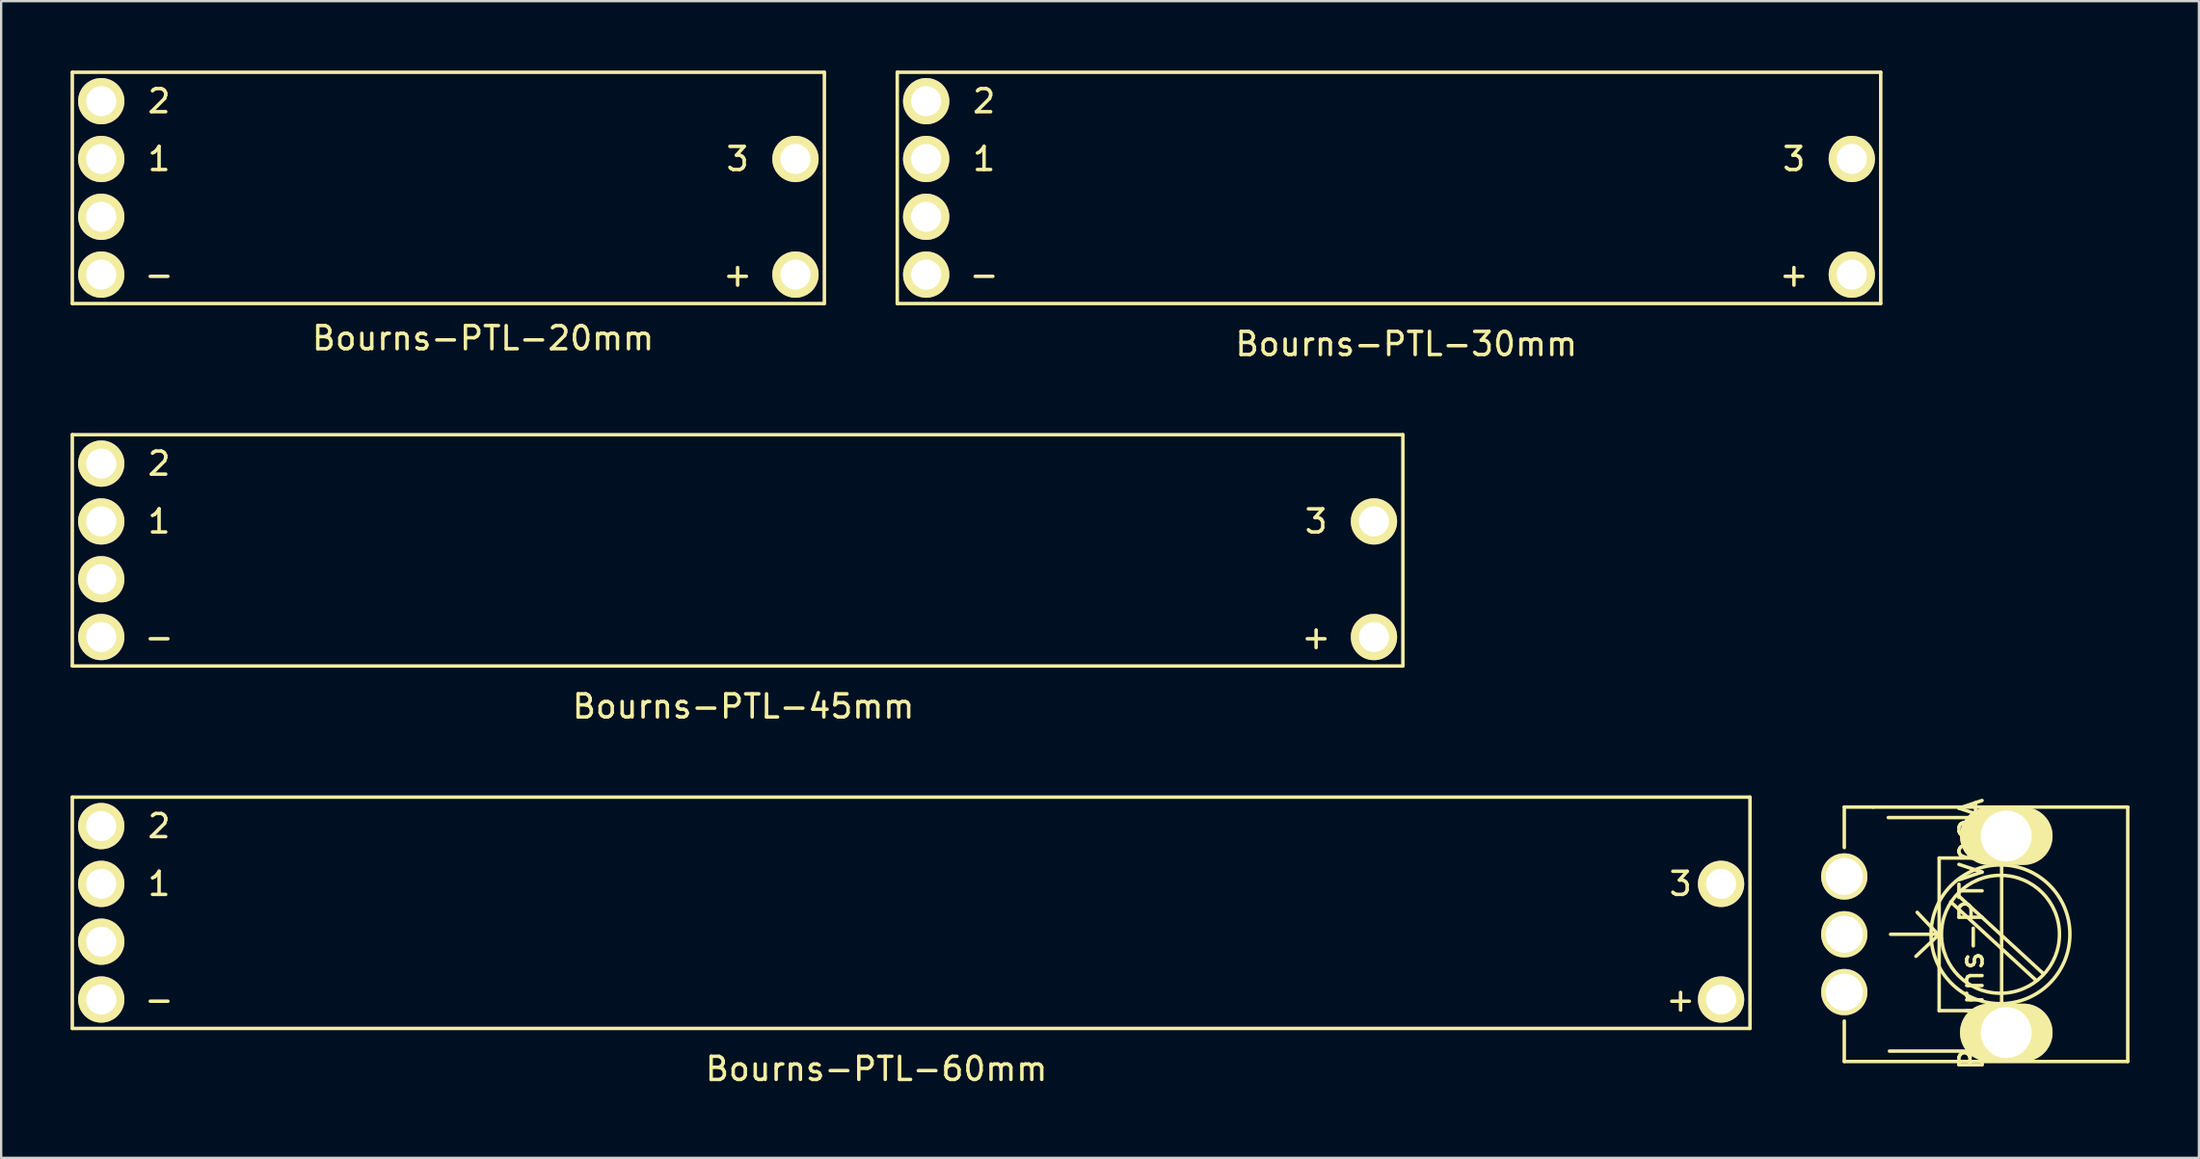
<source format=kicad_pcb>
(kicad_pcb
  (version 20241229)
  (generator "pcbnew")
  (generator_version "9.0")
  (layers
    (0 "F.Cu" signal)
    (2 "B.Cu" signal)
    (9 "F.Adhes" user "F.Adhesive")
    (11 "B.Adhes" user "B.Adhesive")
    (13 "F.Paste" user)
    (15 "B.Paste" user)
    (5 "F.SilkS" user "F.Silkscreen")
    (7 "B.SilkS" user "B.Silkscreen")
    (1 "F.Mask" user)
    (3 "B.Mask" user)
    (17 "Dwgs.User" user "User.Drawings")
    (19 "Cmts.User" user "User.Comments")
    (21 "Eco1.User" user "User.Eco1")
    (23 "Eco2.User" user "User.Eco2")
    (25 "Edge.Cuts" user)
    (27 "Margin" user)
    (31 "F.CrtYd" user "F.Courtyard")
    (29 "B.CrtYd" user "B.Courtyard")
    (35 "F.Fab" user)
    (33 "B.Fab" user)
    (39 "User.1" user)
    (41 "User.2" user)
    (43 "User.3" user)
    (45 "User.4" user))
  (footprint "Bourns-PTV09A"
    (layer "F.Cu")
    (at 76.65 34.852)
    (property "Reference" "Bourns-PTV09A" (at 5.5 2.5 90) (layer "F.SilkS") (effects (font (size 1 1) (thickness 0.15))))
    (attr through_hole)
    (fp_line (start 0 -3) (end 1.25 -3) (stroke (width 0.15) (type solid)) (layer "F.SilkS"))
    (fp_line (start 0 -1.25) (end 0 -3) (stroke (width 0.15) (type solid)) (layer "F.SilkS"))
    (fp_line (start 0 6.25) (end 0 8) (stroke (width 0.15) (type solid)) (layer "F.SilkS"))
    (fp_line (start 0 8) (end 6 8) (stroke (width 0.15) (type solid)) (layer "F.SilkS"))
    (fp_line (start 1.25 -3) (end 6 -3) (stroke (width 0.15) (type solid)) (layer "F.SilkS"))
    (fp_line (start 2 2.5) (end 4 2.5) (stroke (width 0.15) (type solid)) (layer "F.SilkS"))
    (fp_line (start 4.1 -0.798) (end 6.8 -0.798) (stroke (width 0.15) (type solid)) (layer "F.SilkS"))
    (fp_line (start 4.1 2.501) (end 3.099 3.451) (stroke (width 0.15) (type solid)) (layer "F.SilkS"))
    (fp_line (start 4.1 2.552) (end 3.15 1.551) (stroke (width 0.15) (type solid)) (layer "F.SilkS"))
    (fp_line (start 4.1 5.801) (end 4.1 -0.798) (stroke (width 0.15) (type solid)) (layer "F.SilkS"))
    (fp_line (start 4.6 1.1) (end 8.3 4.5) (stroke (width 0.15) (type solid)) (layer "F.SilkS"))
    (fp_line (start 5.499 -2.548) (end 1.9 -2.548) (stroke (width 0.15) (type solid)) (layer "F.SilkS"))
    (fp_line (start 5.499 -0.798) (end 5.499 -2.548) (stroke (width 0.15) (type solid)) (layer "F.SilkS"))
    (fp_line (start 5.499 5.801) (end 5.499 7.551) (stroke (width 0.15) (type solid)) (layer "F.SilkS"))
    (fp_line (start 5.499 7.551) (end 1.951 7.551) (stroke (width 0.15) (type solid)) (layer "F.SilkS"))
    (fp_line (start 6.8 -0.798) (end 6.8 5.801) (stroke (width 0.15) (type solid)) (layer "F.SilkS"))
    (fp_line (start 6.8 5.801) (end 4.1 5.801) (stroke (width 0.15) (type solid)) (layer "F.SilkS"))
    (fp_line (start 8 -3) (end 6 -3) (stroke (width 0.15) (type solid)) (layer "F.SilkS"))
    (fp_line (start 8 -3) (end 12.25 -3) (stroke (width 0.15) (type solid)) (layer "F.SilkS"))
    (fp_line (start 8.6 4.2) (end 4.9 0.8) (stroke (width 0.15) (type solid)) (layer "F.SilkS"))
    (fp_line (start 12.25 -3) (end 12.25 8) (stroke (width 0.15) (type solid)) (layer "F.SilkS"))
    (fp_line (start 12.25 8) (end 6 8) (stroke (width 0.15) (type solid)) (layer "F.SilkS"))
    (fp_circle (center 6.75 2.5) (end 6.75 -0.5) (stroke (width 0.15) (type solid)) (fill no) (layer "F.SilkS"))
    (fp_circle (center 6.75 2.5) (end 7.25 0) (stroke (width 0.15) (type solid)) (fill no) (layer "F.SilkS"))
    (pad "1" thru_hole circle (at 0 0) (size 2 2) (drill 1.6) (layers "*.Cu" "*.Mask" "F.SilkS"))
    (pad "2" thru_hole circle (at 0 2.501) (size 2 2) (drill 1.6) (layers "*.Cu" "*.Mask" "F.SilkS"))
    (pad "3" thru_hole circle (at 0 5) (size 2 2) (drill 1.6) (layers "*.Cu" "*.Mask" "F.SilkS"))
    (pad "4" thru_hole oval (at 7 -1.75) (size 4 2.5) (drill 2.2) (layers "*.Cu" "*.Mask" "F.SilkS"))
    (pad "5" thru_hole oval (at 7 6.75) (size 4 2.5) (drill 2.2) (layers "*.Cu" "*.Mask" "F.SilkS")))
  (footprint "Bourns-PTL-30mm"
    (layer "F.Cu")
    (at 36.975 1.325)
    (property "Reference" "Bourns-PTL-30mm" (at 20.75 10.5 0) (layer "F.SilkS") (effects (font (size 1 1) (thickness 0.15))))
    (attr through_hole)
    (fp_line (start -1.25 -1.25) (end -1.25 8.75) (stroke (width 0.15) (type solid)) (layer "F.SilkS"))
    (fp_line (start -1.25 -1.25) (end 41.25 -1.25) (stroke (width 0.15) (type solid)) (layer "F.SilkS"))
    (fp_line (start 41.25 8.75) (end -1.25 8.75) (stroke (width 0.15) (type solid)) (layer "F.SilkS"))
    (fp_line (start 41.25 8.75) (end 41.25 -1.25) (stroke (width 0.15) (type solid)) (layer "F.SilkS"))
    (fp_text user "-" (at 2.5 7.5 0) (layer "F.SilkS") (effects (font (size 1 1) (thickness 0.15))))
    (fp_text user "1" (at 2.5 2.5 0) (layer "F.SilkS") (effects (font (size 1 1) (thickness 0.15))))
    (fp_text user "3" (at 37.5 2.5 0) (layer "F.SilkS") (effects (font (size 1 1) (thickness 0.15))))
    (fp_text user "+" (at 37.5 7.5 0) (layer "F.SilkS") (effects (font (size 1 1) (thickness 0.15))))
    (fp_text user "2" (at 2.5 0 0) (layer "F.SilkS") (effects (font (size 1 1) (thickness 0.15))))
    (pad "1" thru_hole circle (at 0 2.5) (size 2 2) (drill 1.3) (layers "*.Cu" "*.Mask" "F.SilkS"))
    (pad "2" thru_hole circle (at 0 0) (size 2 2) (drill 1.3) (layers "*.Cu" "*.Mask" "F.SilkS"))
    (pad "3" thru_hole circle (at 40 2.5) (size 2 2) (drill 1.3) (layers "*.Cu" "*.Mask" "F.SilkS"))
    (pad "4" thru_hole circle (at 0 7.5) (size 2 2) (drill 1.3) (layers "*.Cu" "*.Mask" "F.SilkS"))
    (pad "6" thru_hole circle (at 40 7.5) (size 2 2) (drill 1.3) (layers "*.Cu" "*.Mask" "F.SilkS"))
    (pad "~" thru_hole circle (at 0 5) (size 2 2) (drill 1.3) (layers "*.Cu" "*.Mask" "F.SilkS")))
  (footprint "Bourns-PTL-60mm"
    (layer "F.Cu")
    (at 1.325 32.672)
    (property "Reference" "Bourns-PTL-60mm" (at 33.5 10.5 0) (layer "F.SilkS") (effects (font (size 1 1) (thickness 0.15))))
    (attr through_hole)
    (fp_line (start -1.25 -1.25) (end -1.25 8.75) (stroke (width 0.15) (type solid)) (layer "F.SilkS"))
    (fp_line (start -1.25 8.75) (end 71.25 8.75) (stroke (width 0.15) (type solid)) (layer "F.SilkS"))
    (fp_line (start 71.25 -1.25) (end -1.25 -1.25) (stroke (width 0.15) (type solid)) (layer "F.SilkS"))
    (fp_line (start 71.25 8.75) (end 71.25 -1.25) (stroke (width 0.15) (type solid)) (layer "F.SilkS"))
    (fp_text user "1" (at 2.5 2.5 0) (layer "F.SilkS") (effects (font (size 1 1) (thickness 0.15))))
    (fp_text user "-" (at 2.5 7.5 0) (layer "F.SilkS") (effects (font (size 1 1) (thickness 0.15))))
    (fp_text user "+" (at 68.25 7.5 0) (layer "F.SilkS") (effects (font (size 1 1) (thickness 0.15))))
    (fp_text user "3" (at 68.25 2.5 0) (layer "F.SilkS") (effects (font (size 1 1) (thickness 0.15))))
    (fp_text user "2" (at 2.5 0 0) (layer "F.SilkS") (effects (font (size 1 1) (thickness 0.15))))
    (pad "1" thru_hole circle (at 0 2.5) (size 2 2) (drill 1.3) (layers "*.Cu" "*.Mask" "F.SilkS"))
    (pad "2" thru_hole circle (at 0 0) (size 2 2) (drill 1.3) (layers "*.Cu" "*.Mask" "F.SilkS"))
    (pad "3" thru_hole circle (at 70 2.5) (size 2 2) (drill 1.3) (layers "*.Cu" "*.Mask" "F.SilkS"))
    (pad "4" thru_hole circle (at 0 7.5) (size 2 2) (drill 1.3) (layers "*.Cu" "*.Mask" "F.SilkS"))
    (pad "6" thru_hole circle (at 70 7.5) (size 2 2) (drill 1.3) (layers "*.Cu" "*.Mask" "F.SilkS"))
    (pad "~" thru_hole circle (at 0 5) (size 2 2) (drill 1.3) (layers "*.Cu" "*.Mask" "F.SilkS")))
  (footprint "Bourns-PTL-45mm"
    (layer "F.Cu")
    (at 1.325 16.998)
    (property "Reference" "Bourns-PTL-45mm" (at 27.75 10.5 0) (layer "F.SilkS") (effects (font (size 1 1) (thickness 0.15))))
    (attr through_hole)
    (fp_line (start -1.25 -1.25) (end -1.25 8.75) (stroke (width 0.15) (type solid)) (layer "F.SilkS"))
    (fp_line (start 56.25 -1.25) (end -1.25 -1.25) (stroke (width 0.15) (type solid)) (layer "F.SilkS"))
    (fp_line (start 56.25 8.75) (end -1.25 8.75) (stroke (width 0.15) (type solid)) (layer "F.SilkS"))
    (fp_line (start 56.25 8.75) (end 56.25 -1.25) (stroke (width 0.15) (type solid)) (layer "F.SilkS"))
    (fp_text user "+" (at 52.5 7.5 0) (layer "F.SilkS") (effects (font (size 1 1) (thickness 0.15))))
    (fp_text user "1" (at 2.5 2.5 0) (layer "F.SilkS") (effects (font (size 1 1) (thickness 0.15))))
    (fp_text user "2" (at 2.5 0 0) (layer "F.SilkS") (effects (font (size 1 1) (thickness 0.15))))
    (fp_text user "3" (at 52.5 2.5 0) (layer "F.SilkS") (effects (font (size 1 1) (thickness 0.15))))
    (fp_text user "-" (at 2.5 7.5 0) (layer "F.SilkS") (effects (font (size 1 1) (thickness 0.15))))
    (pad "1" thru_hole circle (at 0 2.5) (size 2 2) (drill 1.3) (layers "*.Cu" "*.Mask" "F.SilkS"))
    (pad "2" thru_hole circle (at 0 0) (size 2 2) (drill 1.3) (layers "*.Cu" "*.Mask" "F.SilkS"))
    (pad "3" thru_hole circle (at 55 2.5) (size 2 2) (drill 1.3) (layers "*.Cu" "*.Mask" "F.SilkS"))
    (pad "4" thru_hole circle (at 0 7.5) (size 2 2) (drill 1.3) (layers "*.Cu" "*.Mask" "F.SilkS"))
    (pad "6" thru_hole circle (at 55 7.5) (size 2 2) (drill 1.3) (layers "*.Cu" "*.Mask" "F.SilkS"))
    (pad "~" thru_hole circle (at 0 5) (size 2 2) (drill 1.3) (layers "*.Cu" "*.Mask" "F.SilkS")))
  (footprint "Bourns-PTL-20mm"
    (layer "F.Cu")
    (at 1.325 1.325)
    (property "Reference" "Bourns-PTL-20mm" (at 16.5 10.25 0) (layer "F.SilkS") (effects (font (size 1 1) (thickness 0.15))))
    (attr through_hole)
    (fp_line (start -1.25 -1.25) (end -1.25 8.75) (stroke (width 0.15) (type solid)) (layer "F.SilkS"))
    (fp_line (start -1.25 -1.25) (end 31.25 -1.25) (stroke (width 0.15) (type solid)) (layer "F.SilkS"))
    (fp_line (start 31.25 8.75) (end -1.25 8.75) (stroke (width 0.15) (type solid)) (layer "F.SilkS"))
    (fp_line (start 31.25 8.75) (end 31.25 -1.25) (stroke (width 0.15) (type solid)) (layer "F.SilkS"))
    (fp_text user "+" (at 27.5 7.5 0) (layer "F.SilkS") (effects (font (size 1 1) (thickness 0.15))))
    (fp_text user "3" (at 27.5 2.5 0) (layer "F.SilkS") (effects (font (size 1 1) (thickness 0.15))))
    (fp_text user "2" (at 2.5 0 0) (layer "F.SilkS") (effects (font (size 1 1) (thickness 0.15))))
    (fp_text user "-" (at 2.5 7.5 0) (layer "F.SilkS") (effects (font (size 1 1) (thickness 0.15))))
    (fp_text user "1" (at 2.5 2.5 0) (layer "F.SilkS") (effects (font (size 1 1) (thickness 0.15))))
    (pad "1" thru_hole circle (at 0 2.5) (size 2 2) (drill 1.3) (layers "*.Cu" "*.Mask" "F.SilkS"))
    (pad "2" thru_hole circle (at 0 0) (size 2 2) (drill 1.3) (layers "*.Cu" "*.Mask" "F.SilkS"))
    (pad "3" thru_hole circle (at 30 2.5) (size 2 2) (drill 1.3) (layers "*.Cu" "*.Mask" "F.SilkS"))
    (pad "4" thru_hole circle (at 0 7.5) (size 2 2) (drill 1.3) (layers "*.Cu" "*.Mask" "F.SilkS"))
    (pad "6" thru_hole circle (at 30 7.5) (size 2 2) (drill 1.3) (layers "*.Cu" "*.Mask" "F.SilkS"))
    (pad "~" thru_hole circle (at 0 5) (size 2 2) (drill 1.3) (layers "*.Cu" "*.Mask" "F.SilkS")))
  (gr_rect
    (start -3 -3)
    (end 91.975 47.02)
    (stroke (width 0.1) (type default))
    (fill no)
    (layer "Edge.Cuts")))
</source>
